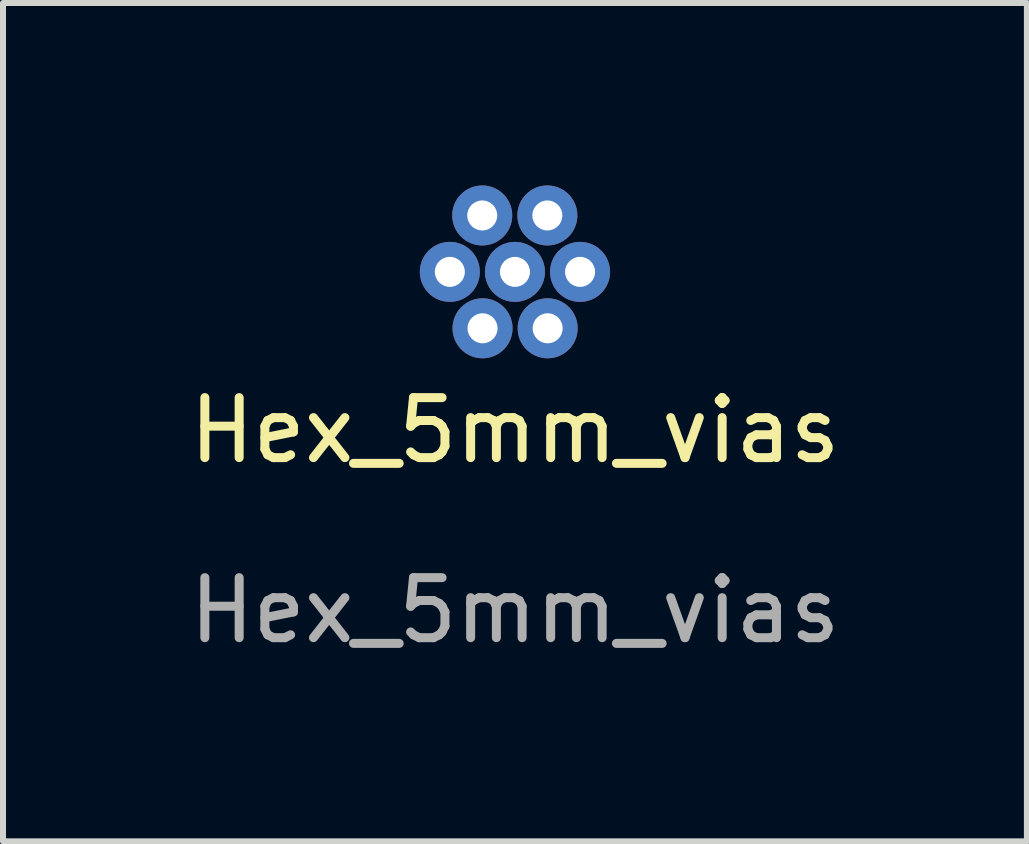
<source format=kicad_pcb>
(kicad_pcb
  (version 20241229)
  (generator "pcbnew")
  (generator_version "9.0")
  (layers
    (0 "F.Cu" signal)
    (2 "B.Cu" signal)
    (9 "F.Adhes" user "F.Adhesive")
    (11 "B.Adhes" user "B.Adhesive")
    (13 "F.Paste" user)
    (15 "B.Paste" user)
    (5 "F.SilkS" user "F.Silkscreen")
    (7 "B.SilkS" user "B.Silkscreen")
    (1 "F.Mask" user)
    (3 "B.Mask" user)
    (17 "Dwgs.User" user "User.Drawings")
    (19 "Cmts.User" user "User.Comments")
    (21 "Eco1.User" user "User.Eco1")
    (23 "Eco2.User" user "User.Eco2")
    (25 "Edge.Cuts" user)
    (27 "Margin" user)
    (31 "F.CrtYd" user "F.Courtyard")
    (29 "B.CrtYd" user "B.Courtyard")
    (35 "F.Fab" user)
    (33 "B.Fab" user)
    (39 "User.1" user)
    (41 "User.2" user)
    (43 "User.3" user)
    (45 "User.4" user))
  (footprint "Hex_5mm_vias"
    (layer "F.Cu")
    (at 5.53 1.48)
    (property "Reference" "Hex_5mm_vias" (at 0 2.64 0) (unlocked yes) (layer "F.SilkS") (effects (font (size 1 1) (thickness 0.15))))
    (attr through_hole)
    (fp_circle (center -1.085 0) (end -0.55 0) (stroke (width 0.01) (type solid)) (fill no) (layer "User.1"))
    (fp_circle (center -0.545 -0.94) (end -0.01 -0.94) (stroke (width 0.01) (type solid)) (fill no) (layer "User.1"))
    (fp_circle (center -0.54 0.94) (end -0.005 0.94) (stroke (width 0.01) (type solid)) (fill no) (layer "User.1"))
    (fp_circle (center 0 0) (end 0.535 0) (stroke (width 0.01) (type solid)) (fill no) (layer "User.1"))
    (fp_circle (center 0.54 -0.94) (end 1.075 -0.94) (stroke (width 0.01) (type solid)) (fill no) (layer "User.1"))
    (fp_circle (center 0.545 0.94) (end 1.08 0.94) (stroke (width 0.01) (type solid)) (fill no) (layer "User.1"))
    (fp_circle (center 1.085 0) (end 1.62 0) (stroke (width 0.01) (type solid)) (fill no) (layer "User.1"))
    (fp_text user "${REFERENCE}" (at 0 5.64 0) (unlocked yes) (layer "F.Fab") (effects (font (size 1 1) (thickness 0.15))))
    (pad "2" thru_hole circle (at -1.085 0) (size 1 1) (drill 0.5) (layers "*.Cu" "*.Mask"))
    (pad "2" thru_hole circle (at -0.545 -0.94) (size 1 1) (drill 0.5) (layers "*.Cu" "*.Mask"))
    (pad "2" thru_hole circle (at -0.54 0.94) (size 1 1) (drill 0.5) (layers "*.Cu" "*.Mask"))
    (pad "2" thru_hole circle (at 0 0) (size 1 1) (drill 0.5) (layers "*.Cu" "*.Mask"))
    (pad "2" thru_hole circle (at 0.54 -0.94) (size 1 1) (drill 0.5) (layers "*.Cu" "*.Mask"))
    (pad "2" thru_hole circle (at 0.545 0.94) (size 1 1) (drill 0.5) (layers "*.Cu" "*.Mask"))
    (pad "2" thru_hole circle (at 1.085 0) (size 1 1) (drill 0.5) (layers "*.Cu" "*.Mask")))
  (gr_rect
    (start -3 -3)
    (end 14.06 10.968)
    (stroke (width 0.1) (type default))
    (fill no)
    (layer "Edge.Cuts")))
</source>
